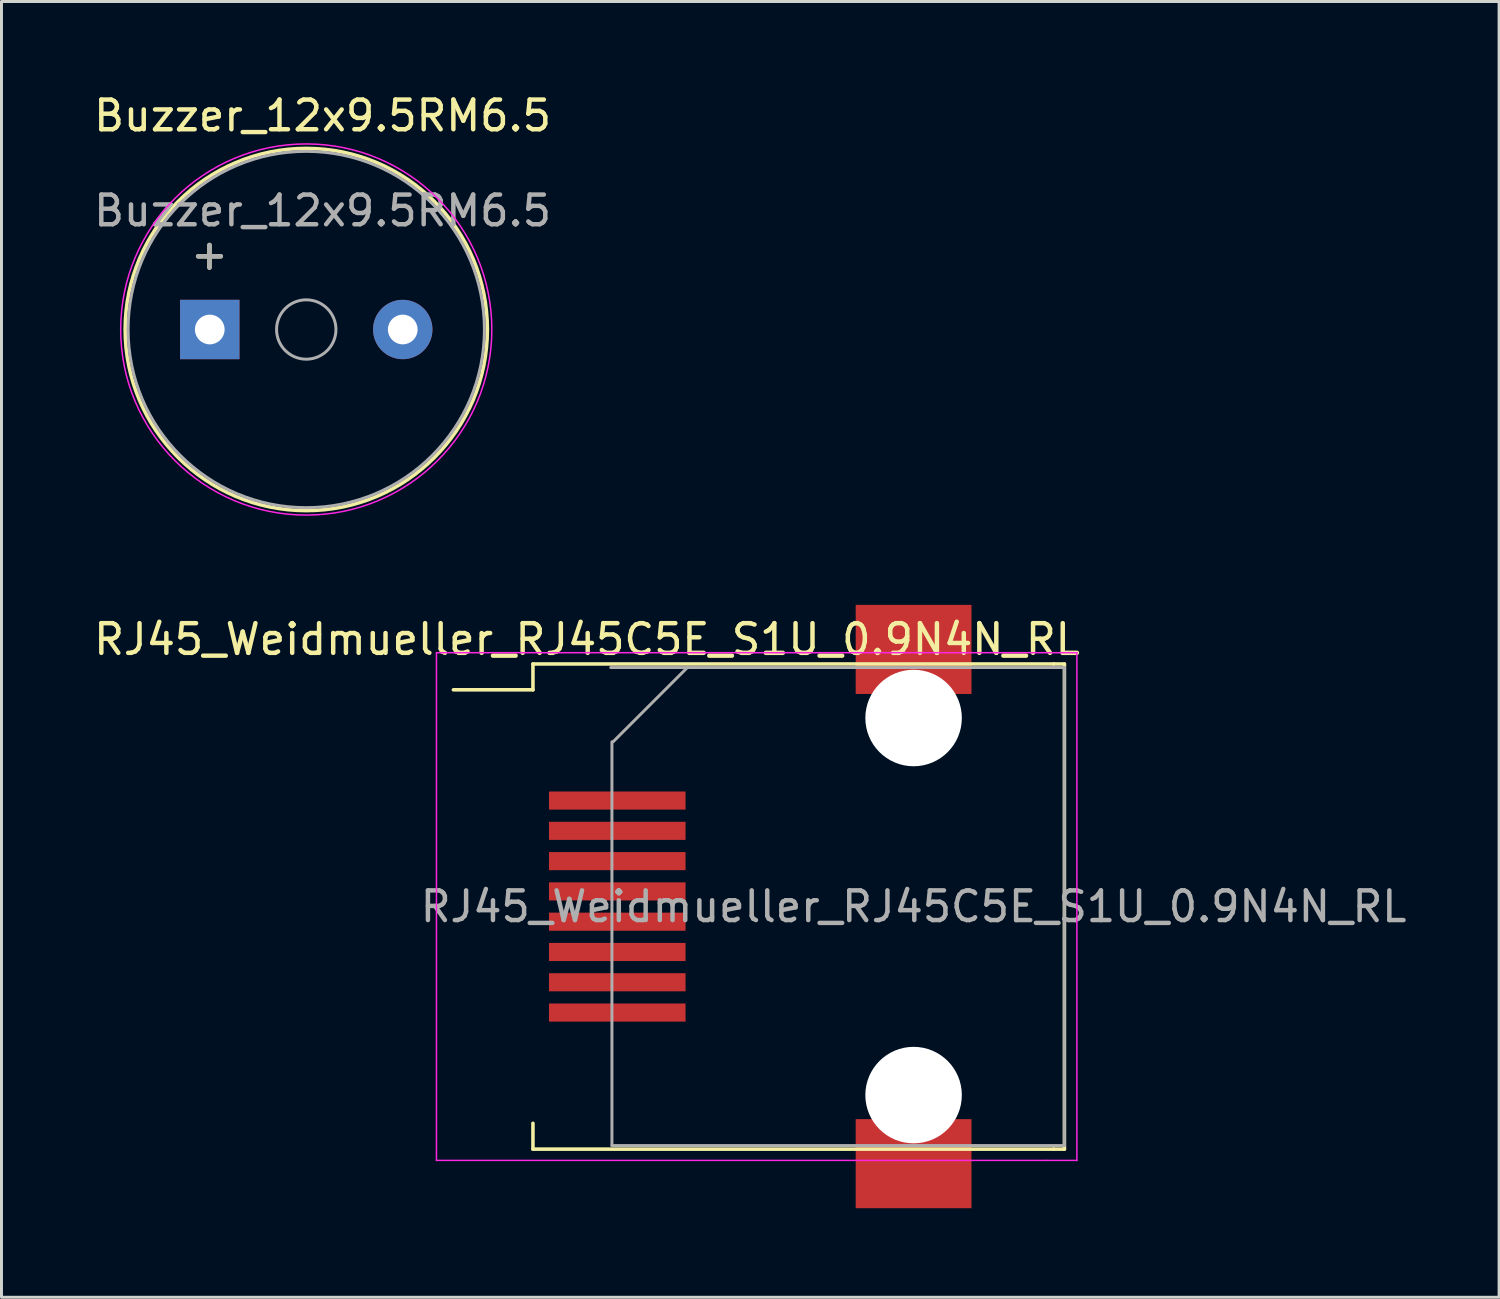
<source format=kicad_pcb>
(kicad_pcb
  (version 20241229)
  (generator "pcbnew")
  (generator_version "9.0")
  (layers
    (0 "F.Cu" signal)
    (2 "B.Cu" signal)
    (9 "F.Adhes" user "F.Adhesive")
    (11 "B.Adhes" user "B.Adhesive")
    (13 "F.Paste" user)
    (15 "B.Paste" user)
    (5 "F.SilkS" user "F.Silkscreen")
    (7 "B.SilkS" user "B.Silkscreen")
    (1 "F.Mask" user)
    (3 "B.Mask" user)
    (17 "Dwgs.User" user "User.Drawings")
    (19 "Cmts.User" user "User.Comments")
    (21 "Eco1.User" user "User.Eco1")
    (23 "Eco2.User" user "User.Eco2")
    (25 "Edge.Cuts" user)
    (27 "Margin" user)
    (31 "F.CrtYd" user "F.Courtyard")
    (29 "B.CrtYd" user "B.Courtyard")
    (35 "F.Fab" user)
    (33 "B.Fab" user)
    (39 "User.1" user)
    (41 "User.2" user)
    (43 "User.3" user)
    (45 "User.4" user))
  (footprint "RJ45_Weidmueller_RJ45C5E_S1U_0.9N4N_RL"
    (layer "F.Cu")
    (at 27.72 27.483)
    (property "Reference" "RJ45_Weidmueller_RJ45C5E_S1U_0.9N4N_RL" (at -11 -9 0) (layer "F.SilkS") (effects (font (size 1 1) (thickness 0.15))))
    (attr smd)
    (fp_line (start -12.82 -8.17) (end -12.82 -7.3) (stroke (width 0.12) (type solid)) (layer "F.SilkS"))
    (fp_line (start -12.82 -8.17) (end 4.72 -8.17) (stroke (width 0.12) (type solid)) (layer "F.SilkS"))
    (fp_line (start -12.82 -7.3) (end -15.5 -7.3) (stroke (width 0.12) (type solid)) (layer "F.SilkS"))
    (fp_line (start -12.82 8.17) (end -12.82 7.3) (stroke (width 0.12) (type solid)) (layer "F.SilkS"))
    (fp_line (start -12.82 8.17) (end 4.72 8.17) (stroke (width 0.12) (type solid)) (layer "F.SilkS"))
    (fp_line (start 5.08 -8.17) (end 4.72 -8.17) (stroke (width 0.12) (type solid)) (layer "F.SilkS"))
    (fp_line (start 5.08 -8.17) (end 5.08 8.17) (stroke (width 0.12) (type solid)) (layer "F.SilkS"))
    (fp_line (start 5.08 8.17) (end 4.72 8.17) (stroke (width 0.12) (type solid)) (layer "F.SilkS"))
    (fp_line (start -16.07 -8.55) (end -16.07 8.55) (stroke (width 0.05) (type solid)) (layer "F.CrtYd"))
    (fp_line (start -16.07 -8.55) (end 5.5 -8.55) (stroke (width 0.05) (type solid)) (layer "F.CrtYd"))
    (fp_line (start -16.07 8.55) (end 4.47 8.55) (stroke (width 0.05) (type solid)) (layer "F.CrtYd"))
    (fp_line (start 5.5 -8.55) (end 5.5 8.55) (stroke (width 0.05) (type solid)) (layer "F.CrtYd"))
    (fp_line (start 5.5 8.55) (end 4.47 8.55) (stroke (width 0.05) (type solid)) (layer "F.CrtYd"))
    (fp_line (start -10.16 -5.55) (end -10.16 8.05) (stroke (width 0.1) (type solid)) (layer "F.Fab"))
    (fp_line (start -10.16 8.05) (end 5.08 8.05) (stroke (width 0.1) (type solid)) (layer "F.Fab"))
    (fp_line (start -10.12 -5.55) (end -7.62 -8.05) (stroke (width 0.1) (type solid)) (layer "F.Fab"))
    (fp_line (start 5.08 -8.05) (end -10.2 -8.05) (stroke (width 0.1) (type solid)) (layer "F.Fab"))
    (fp_line (start 5.08 8.05) (end 5.08 -8.05) (stroke (width 0.1) (type solid)) (layer "F.Fab"))
    (fp_text user "${REFERENCE}" (at 0 0 0) (layer "F.Fab") (effects (font (size 1 1) (thickness 0.15))))
    (pad "" np_thru_hole circle (at 0 -6.35) (size 3.25 3.25) (drill 3.25) (layers "*.Cu" "*.Mask"))
    (pad "" np_thru_hole circle (at 0 6.35) (size 3.25 3.25) (drill 3.25) (layers "*.Cu" "*.Mask"))
    (pad "1" smd rect (at -9.98 -3.57) (size 4.6 0.61) (layers "F.Cu" "F.Mask" "F.Paste"))
    (pad "2" smd rect (at -9.98 -2.55) (size 4.6 0.61) (layers "F.Cu" "F.Mask" "F.Paste"))
    (pad "3" smd rect (at -9.98 -1.53) (size 4.6 0.61) (layers "F.Cu" "F.Mask" "F.Paste"))
    (pad "4" smd rect (at -9.98 -0.51) (size 4.6 0.61) (layers "F.Cu" "F.Mask" "F.Paste"))
    (pad "5" smd rect (at -9.98 0.51) (size 4.6 0.61) (layers "F.Cu" "F.Mask" "F.Paste"))
    (pad "6" smd rect (at -9.98 1.53) (size 4.6 0.61) (layers "F.Cu" "F.Mask" "F.Paste"))
    (pad "7" smd rect (at -9.98 2.55) (size 4.6 0.61) (layers "F.Cu" "F.Mask" "F.Paste"))
    (pad "8" smd rect (at -9.98 3.57) (size 4.6 0.61) (layers "F.Cu" "F.Mask" "F.Paste"))
    (pad "SH" smd rect (at 0 -8.66) (size 3.9 3) (layers "F.Cu" "F.Mask" "F.Paste"))
    (pad "SH" smd rect (at 0 8.66) (size 3.9 3) (layers "F.Cu" "F.Mask" "F.Paste")))
  (footprint "Buzzer_12x9.5RM6.5"
    (layer "F.Cu")
    (at 4.015 8.048)
    (property "Reference" "Buzzer_12x9.5RM6.5" (at 3.8 -7.2 0) (layer "F.SilkS") (effects (font (size 1 1) (thickness 0.15))))
    (attr through_hole)
    (fp_circle (center 3.25 0) (end 9.35 0) (stroke (width 0.12) (type solid)) (fill no) (layer "F.SilkS"))
    (fp_circle (center 3.25 0) (end 9.5 0) (stroke (width 0.05) (type solid)) (fill no) (layer "F.CrtYd"))
    (fp_circle (center 3.25 0) (end 4.25 0) (stroke (width 0.1) (type solid)) (fill no) (layer "F.Fab"))
    (fp_circle (center 3.25 0) (end 9.25 0) (stroke (width 0.1) (type solid)) (fill no) (layer "F.Fab"))
    (fp_text user "+" (at -0.01 -2.54 0) (layer "F.SilkS") (effects (font (size 1 1) (thickness 0.15))))
    (fp_text user "+" (at -0.01 -2.54 0) (layer "F.Fab") (effects (font (size 1 1) (thickness 0.15))))
    (fp_text user "${REFERENCE}" (at 3.8 -4 0) (layer "F.Fab") (effects (font (size 1 1) (thickness 0.15))))
    (pad "1" thru_hole rect (at 0 0) (size 2 2) (drill 1) (layers "*.Cu" "*.Mask"))
    (pad "2" thru_hole circle (at 6.5 0) (size 2 2) (drill 1) (layers "*.Cu" "*.Mask")))
  (gr_rect
    (start -3 -3)
    (end 47.44 40.643)
    (stroke (width 0.1) (type default))
    (fill no)
    (layer "Edge.Cuts")))
</source>
